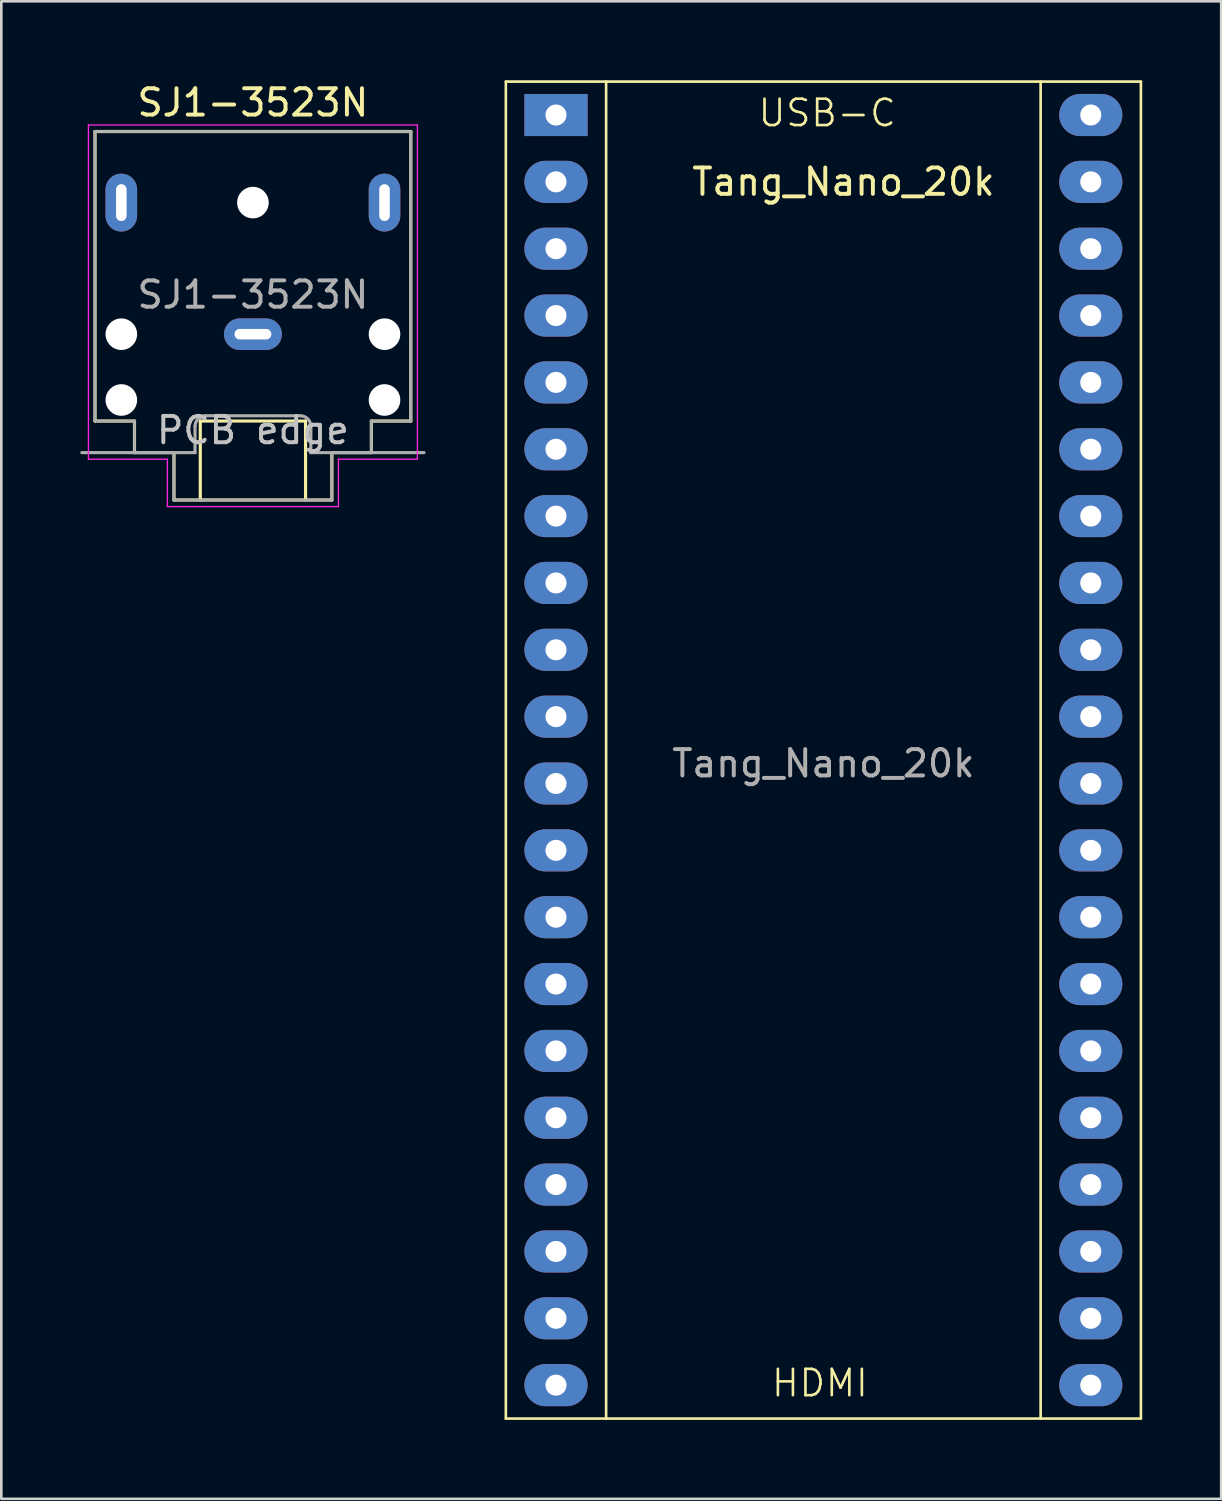
<source format=kicad_pcb>
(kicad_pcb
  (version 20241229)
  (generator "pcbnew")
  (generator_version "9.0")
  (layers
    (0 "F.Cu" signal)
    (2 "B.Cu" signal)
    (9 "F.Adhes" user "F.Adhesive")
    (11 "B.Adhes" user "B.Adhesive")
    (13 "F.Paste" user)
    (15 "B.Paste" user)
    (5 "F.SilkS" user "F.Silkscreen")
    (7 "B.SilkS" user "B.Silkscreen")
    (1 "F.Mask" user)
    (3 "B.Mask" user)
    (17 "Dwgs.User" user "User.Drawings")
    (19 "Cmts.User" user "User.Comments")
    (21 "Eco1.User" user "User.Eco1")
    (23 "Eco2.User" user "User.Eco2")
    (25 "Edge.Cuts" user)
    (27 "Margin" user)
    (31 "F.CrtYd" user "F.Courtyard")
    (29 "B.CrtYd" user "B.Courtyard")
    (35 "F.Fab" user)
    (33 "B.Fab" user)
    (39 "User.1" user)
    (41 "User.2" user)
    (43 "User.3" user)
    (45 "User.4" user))
  (footprint "SJ1-3523N"
    (layer "F.Cu")
    (at 6.56 9.648)
    (property "Reference" "SJ1-3523N" (at 0 -8.8 0) (layer "F.SilkS") (effects (font (size 1 1) (thickness 0.15))))
    (attr through_hole exclude_from_pos_files exclude_from_bom)
    (fp_line (start -6 -7.7) (end 6 -7.7) (stroke (width 0.12) (type solid)) (layer "F.SilkS"))
    (fp_line (start -6 3.3) (end -6 -7.7) (stroke (width 0.12) (type solid)) (layer "F.SilkS"))
    (fp_line (start -4.5 3.3) (end -6 3.3) (stroke (width 0.12) (type solid)) (layer "F.SilkS"))
    (fp_line (start -4.5 4.5) (end -4.5 3.3) (stroke (width 0.12) (type solid)) (layer "F.SilkS"))
    (fp_line (start -3 4.5) (end -4.5 4.5) (stroke (width 0.12) (type solid)) (layer "F.SilkS"))
    (fp_line (start -3 6.3) (end -3 4.5) (stroke (width 0.12) (type solid)) (layer "F.SilkS"))
    (fp_line (start -2 3.3) (end -2 6.3) (stroke (width 0.12) (type solid)) (layer "F.SilkS"))
    (fp_line (start 2 3.3) (end -2 3.3) (stroke (width 0.12) (type solid)) (layer "F.SilkS"))
    (fp_line (start 2 6.3) (end 2 3.3) (stroke (width 0.12) (type solid)) (layer "F.SilkS"))
    (fp_line (start 3 4.5) (end 3 6.3) (stroke (width 0.12) (type solid)) (layer "F.SilkS"))
    (fp_line (start 3 6.3) (end -3 6.3) (stroke (width 0.12) (type solid)) (layer "F.SilkS"))
    (fp_line (start 4.5 3.3) (end 4.5 4.5) (stroke (width 0.12) (type solid)) (layer "F.SilkS"))
    (fp_line (start 4.5 4.5) (end 3 4.5) (stroke (width 0.12) (type solid)) (layer "F.SilkS"))
    (fp_line (start 6 -7.7) (end 6 3.3) (stroke (width 0.12) (type solid)) (layer "F.SilkS"))
    (fp_line (start 6 3.3) (end 4.5 3.3) (stroke (width 0.12) (type solid)) (layer "F.SilkS"))
    (fp_line (start -6.25 -7.95) (end -6.25 4.75) (stroke (width 0.05) (type solid)) (layer "F.CrtYd"))
    (fp_line (start -6.25 4.75) (end -3.25 4.75) (stroke (width 0.05) (type solid)) (layer "F.CrtYd"))
    (fp_line (start -3.25 4.75) (end -3.25 6.55) (stroke (width 0.05) (type solid)) (layer "F.CrtYd"))
    (fp_line (start -3.25 6.55) (end 3.25 6.55) (stroke (width 0.05) (type solid)) (layer "F.CrtYd"))
    (fp_line (start 3.25 4.75) (end 6.25 4.75) (stroke (width 0.05) (type solid)) (layer "F.CrtYd"))
    (fp_line (start 3.25 6.55) (end 3.25 4.75) (stroke (width 0.05) (type solid)) (layer "F.CrtYd"))
    (fp_line (start 6.25 -7.95) (end -6.25 -7.95) (stroke (width 0.05) (type solid)) (layer "F.CrtYd"))
    (fp_line (start 6.25 4.5) (end 6.25 -7.95) (stroke (width 0.05) (type solid)) (layer "F.CrtYd"))
    (fp_line (start 6.25 4.75) (end 6.25 4.5) (stroke (width 0.05) (type solid)) (layer "F.CrtYd"))
    (fp_line (start -6 -7.7) (end 6 -7.7) (stroke (width 0.1) (type solid)) (layer "F.Fab"))
    (fp_line (start -6 3.3) (end -6 -7.7) (stroke (width 0.1) (type solid)) (layer "F.Fab"))
    (fp_line (start -4.5 3.3) (end -6 3.3) (stroke (width 0.1) (type solid)) (layer "F.Fab"))
    (fp_line (start -4.5 4.5) (end -4.5 3.3) (stroke (width 0.1) (type solid)) (layer "F.Fab"))
    (fp_line (start -4.5 4.5) (end -3 4.5) (stroke (width 0.1) (type solid)) (layer "F.Fab"))
    (fp_line (start -3 4.5) (end -3 6.3) (stroke (width 0.1) (type solid)) (layer "F.Fab"))
    (fp_line (start -3 6.3) (end 3 6.3) (stroke (width 0.1) (type solid)) (layer "F.Fab"))
    (fp_line (start -2.2 3.5) (end -2.2 4.5) (stroke (width 0.12) (type solid)) (layer "F.Fab"))
    (fp_line (start -2.2 4.5) (end -6.5 4.5) (stroke (width 0.12) (type solid)) (layer "F.Fab"))
    (fp_line (start 1.8 3.1) (end -1.8 3.1) (stroke (width 0.12) (type solid)) (layer "F.Fab"))
    (fp_line (start 2.2 3.5) (end 2.2 4.5) (stroke (width 0.12) (type solid)) (layer "F.Fab"))
    (fp_line (start 2.2 4.5) (end 6.5 4.5) (stroke (width 0.12) (type solid)) (layer "F.Fab"))
    (fp_line (start 3 4.5) (end 3 6.3) (stroke (width 0.1) (type solid)) (layer "F.Fab"))
    (fp_line (start 4.5 3.3) (end 6 3.3) (stroke (width 0.1) (type solid)) (layer "F.Fab"))
    (fp_line (start 4.5 4.5) (end 3 4.5) (stroke (width 0.1) (type solid)) (layer "F.Fab"))
    (fp_line (start 4.5 4.5) (end 4.5 3.3) (stroke (width 0.1) (type solid)) (layer "F.Fab"))
    (fp_line (start 6 3.3) (end 6 -7.7) (stroke (width 0.1) (type solid)) (layer "F.Fab"))
    (fp_arc (start -2.2 3.5) (mid -2.082842 3.217157) (end -1.8 3.1) (stroke (width 0.12) (type solid)) (layer "F.Fab"))
    (fp_arc (start 1.8 3.1) (mid 2.082843 3.217157) (end 2.2 3.5) (stroke (width 0.12) (type solid)) (layer "F.Fab"))
    (fp_text user "PCB edge" (at 0 3.65 0) (unlocked yes) (layer "Dwgs.User") (effects (font (size 1 1) (thickness 0.15))))
    (fp_text user "${REFERENCE}" (at 0 -1.5 0) (layer "F.Fab") (effects (font (size 1 1) (thickness 0.15))))
    (pad "" np_thru_hole circle (at -5 0) (size 1.2 1.2) (drill 1.2) (layers "*.Cu" "*.Mask"))
    (pad "" np_thru_hole circle (at -5 2.5) (size 1.2 1.2) (drill 1.2) (layers "*.Cu" "*.Mask"))
    (pad "" np_thru_hole circle (at 0 -5) (size 1.2 1.2) (drill 1.2) (layers "*.Cu" "*.Mask"))
    (pad "" np_thru_hole circle (at 5 0) (size 1.2 1.2) (drill 1.2) (layers "*.Cu" "*.Mask"))
    (pad "" np_thru_hole circle (at 5 2.5) (size 1.2 1.2) (drill 1.2) (layers "*.Cu" "*.Mask"))
    (pad "R" thru_hole oval (at -5 -5) (size 1.2 2.2) (drill oval 0.4 1.4) (layers "*.Cu" "*.Mask"))
    (pad "S" thru_hole oval (at 0 0) (size 2.2 1.2) (drill oval 1.4 0.4) (layers "*.Cu" "*.Mask"))
    (pad "T" thru_hole oval (at 5 -5 180) (size 1.2 2.2) (drill oval 0.4 1.4) (layers "*.Cu" "*.Mask")))
  (footprint "Tang_Nano_20k"
    (layer "F.Cu")
    (at 18.075 1.32)
    (property "Reference" "Tang_Nano_20k" (at 10.922 2.54 0) (layer "F.SilkS") (effects (font (size 1 1) (thickness 0.15))))
    (attr through_hole)
    (fp_line (start -1.905 -1.27) (end -1.905 49.53) (stroke (width 0.1) (type default)) (layer "F.SilkS"))
    (fp_line (start -1.905 49.53) (end 22.225 49.53) (stroke (width 0.1) (type default)) (layer "F.SilkS"))
    (fp_line (start 1.905 -1.27) (end 1.905 49.53) (stroke (width 0.1) (type default)) (layer "F.SilkS"))
    (fp_line (start 18.415 -1.27) (end 18.415 49.53) (stroke (width 0.1) (type default)) (layer "F.SilkS"))
    (fp_line (start 22.225 -1.27) (end -1.905 -1.27) (stroke (width 0.1) (type default)) (layer "F.SilkS"))
    (fp_line (start 22.225 49.53) (end 22.225 -1.27) (stroke (width 0.1) (type default)) (layer "F.SilkS"))
    (fp_text user "HDMI" (at 8.128 48.768 0) (unlocked yes) (layer "F.SilkS") (effects (font (size 1 1) (thickness 0.1)) (justify left bottom)))
    (fp_text user "USB-C" (at 7.62 0.508 0) (unlocked yes) (layer "F.SilkS") (effects (font (size 1 1) (thickness 0.1)) (justify left bottom)))
    (fp_text user "${REFERENCE}" (at 10.16 24.638 0) (layer "F.Fab") (effects (font (size 1 1) (thickness 0.15))))
    (pad "1" thru_hole rect (at 0 0) (size 2.4 1.6) (drill 0.8) (layers "*.Cu" "*.Mask"))
    (pad "2" thru_hole oval (at 0 2.54) (size 2.4 1.6) (drill 0.8) (layers "*.Cu" "*.Mask"))
    (pad "3" thru_hole oval (at 0 5.08) (size 2.4 1.6) (drill 0.8) (layers "*.Cu" "*.Mask"))
    (pad "4" thru_hole oval (at 0 7.62) (size 2.4 1.6) (drill 0.8) (layers "*.Cu" "*.Mask"))
    (pad "5" thru_hole oval (at 0 10.16) (size 2.4 1.6) (drill 0.8) (layers "*.Cu" "*.Mask"))
    (pad "6" thru_hole oval (at 0 12.7) (size 2.4 1.6) (drill 0.8) (layers "*.Cu" "*.Mask"))
    (pad "7" thru_hole oval (at 0 15.24) (size 2.4 1.6) (drill 0.8) (layers "*.Cu" "*.Mask"))
    (pad "8" thru_hole oval (at 0 17.78) (size 2.4 1.6) (drill 0.8) (layers "*.Cu" "*.Mask"))
    (pad "9" thru_hole oval (at 0 20.32) (size 2.4 1.6) (drill 0.8) (layers "*.Cu" "*.Mask"))
    (pad "10" thru_hole oval (at 0 22.86) (size 2.4 1.6) (drill 0.8) (layers "*.Cu" "*.Mask"))
    (pad "11" thru_hole oval (at 0 25.4) (size 2.4 1.6) (drill 0.8) (layers "*.Cu" "*.Mask"))
    (pad "12" thru_hole oval (at 0 27.94) (size 2.4 1.6) (drill 0.8) (layers "*.Cu" "*.Mask"))
    (pad "13" thru_hole oval (at 0 30.48) (size 2.4 1.6) (drill 0.8) (layers "*.Cu" "*.Mask"))
    (pad "14" thru_hole oval (at 0 33.02) (size 2.4 1.6) (drill 0.8) (layers "*.Cu" "*.Mask"))
    (pad "15" thru_hole oval (at 0 35.56) (size 2.4 1.6) (drill 0.8) (layers "*.Cu" "*.Mask"))
    (pad "16" thru_hole oval (at 0 38.1) (size 2.4 1.6) (drill 0.8) (layers "*.Cu" "*.Mask"))
    (pad "17" thru_hole oval (at 0 40.64) (size 2.4 1.6) (drill 0.8) (layers "*.Cu" "*.Mask"))
    (pad "18" thru_hole oval (at 0 43.18) (size 2.4 1.6) (drill 0.8) (layers "*.Cu" "*.Mask"))
    (pad "19" thru_hole oval (at 0 45.72) (size 2.4 1.6) (drill 0.8) (layers "*.Cu" "*.Mask"))
    (pad "20" thru_hole oval (at 0 48.26) (size 2.4 1.6) (drill 0.8) (layers "*.Cu" "*.Mask"))
    (pad "21" thru_hole oval (at 20.32 48.26) (size 2.4 1.6) (drill 0.8) (layers "*.Cu" "*.Mask"))
    (pad "22" thru_hole oval (at 20.32 45.72) (size 2.4 1.6) (drill 0.8) (layers "*.Cu" "*.Mask"))
    (pad "23" thru_hole oval (at 20.32 43.18) (size 2.4 1.6) (drill 0.8) (layers "*.Cu" "*.Mask"))
    (pad "24" thru_hole oval (at 20.32 40.64) (size 2.4 1.6) (drill 0.8) (layers "*.Cu" "*.Mask"))
    (pad "25" thru_hole oval (at 20.32 38.1) (size 2.4 1.6) (drill 0.8) (layers "*.Cu" "*.Mask"))
    (pad "26" thru_hole oval (at 20.32 35.56) (size 2.4 1.6) (drill 0.8) (layers "*.Cu" "*.Mask"))
    (pad "27" thru_hole oval (at 20.32 33.02) (size 2.4 1.6) (drill 0.8) (layers "*.Cu" "*.Mask"))
    (pad "28" thru_hole oval (at 20.32 30.48) (size 2.4 1.6) (drill 0.8) (layers "*.Cu" "*.Mask"))
    (pad "29" thru_hole oval (at 20.32 27.94) (size 2.4 1.6) (drill 0.8) (layers "*.Cu" "*.Mask"))
    (pad "30" thru_hole oval (at 20.32 25.4) (size 2.4 1.6) (drill 0.8) (layers "*.Cu" "*.Mask"))
    (pad "31" thru_hole oval (at 20.32 22.86) (size 2.4 1.6) (drill 0.8) (layers "*.Cu" "*.Mask"))
    (pad "32" thru_hole oval (at 20.32 20.32) (size 2.4 1.6) (drill 0.8) (layers "*.Cu" "*.Mask"))
    (pad "33" thru_hole oval (at 20.32 17.78) (size 2.4 1.6) (drill 0.8) (layers "*.Cu" "*.Mask"))
    (pad "34" thru_hole oval (at 20.32 15.24) (size 2.4 1.6) (drill 0.8) (layers "*.Cu" "*.Mask"))
    (pad "35" thru_hole oval (at 20.32 12.7) (size 2.4 1.6) (drill 0.8) (layers "*.Cu" "*.Mask"))
    (pad "36" thru_hole oval (at 20.32 10.16) (size 2.4 1.6) (drill 0.8) (layers "*.Cu" "*.Mask"))
    (pad "37" thru_hole oval (at 20.32 7.62) (size 2.4 1.6) (drill 0.8) (layers "*.Cu" "*.Mask"))
    (pad "38" thru_hole oval (at 20.32 5.08) (size 2.4 1.6) (drill 0.8) (layers "*.Cu" "*.Mask"))
    (pad "39" thru_hole oval (at 20.32 2.54) (size 2.4 1.6) (drill 0.8) (layers "*.Cu" "*.Mask"))
    (pad "40" thru_hole oval (at 20.32 0) (size 2.4 1.6) (drill 0.8) (layers "*.Cu" "*.Mask")))
  (gr_rect
    (start -3 -3)
    (end 43.35 53.9)
    (stroke (width 0.1) (type default))
    (fill no)
    (layer "Edge.Cuts")))
</source>
